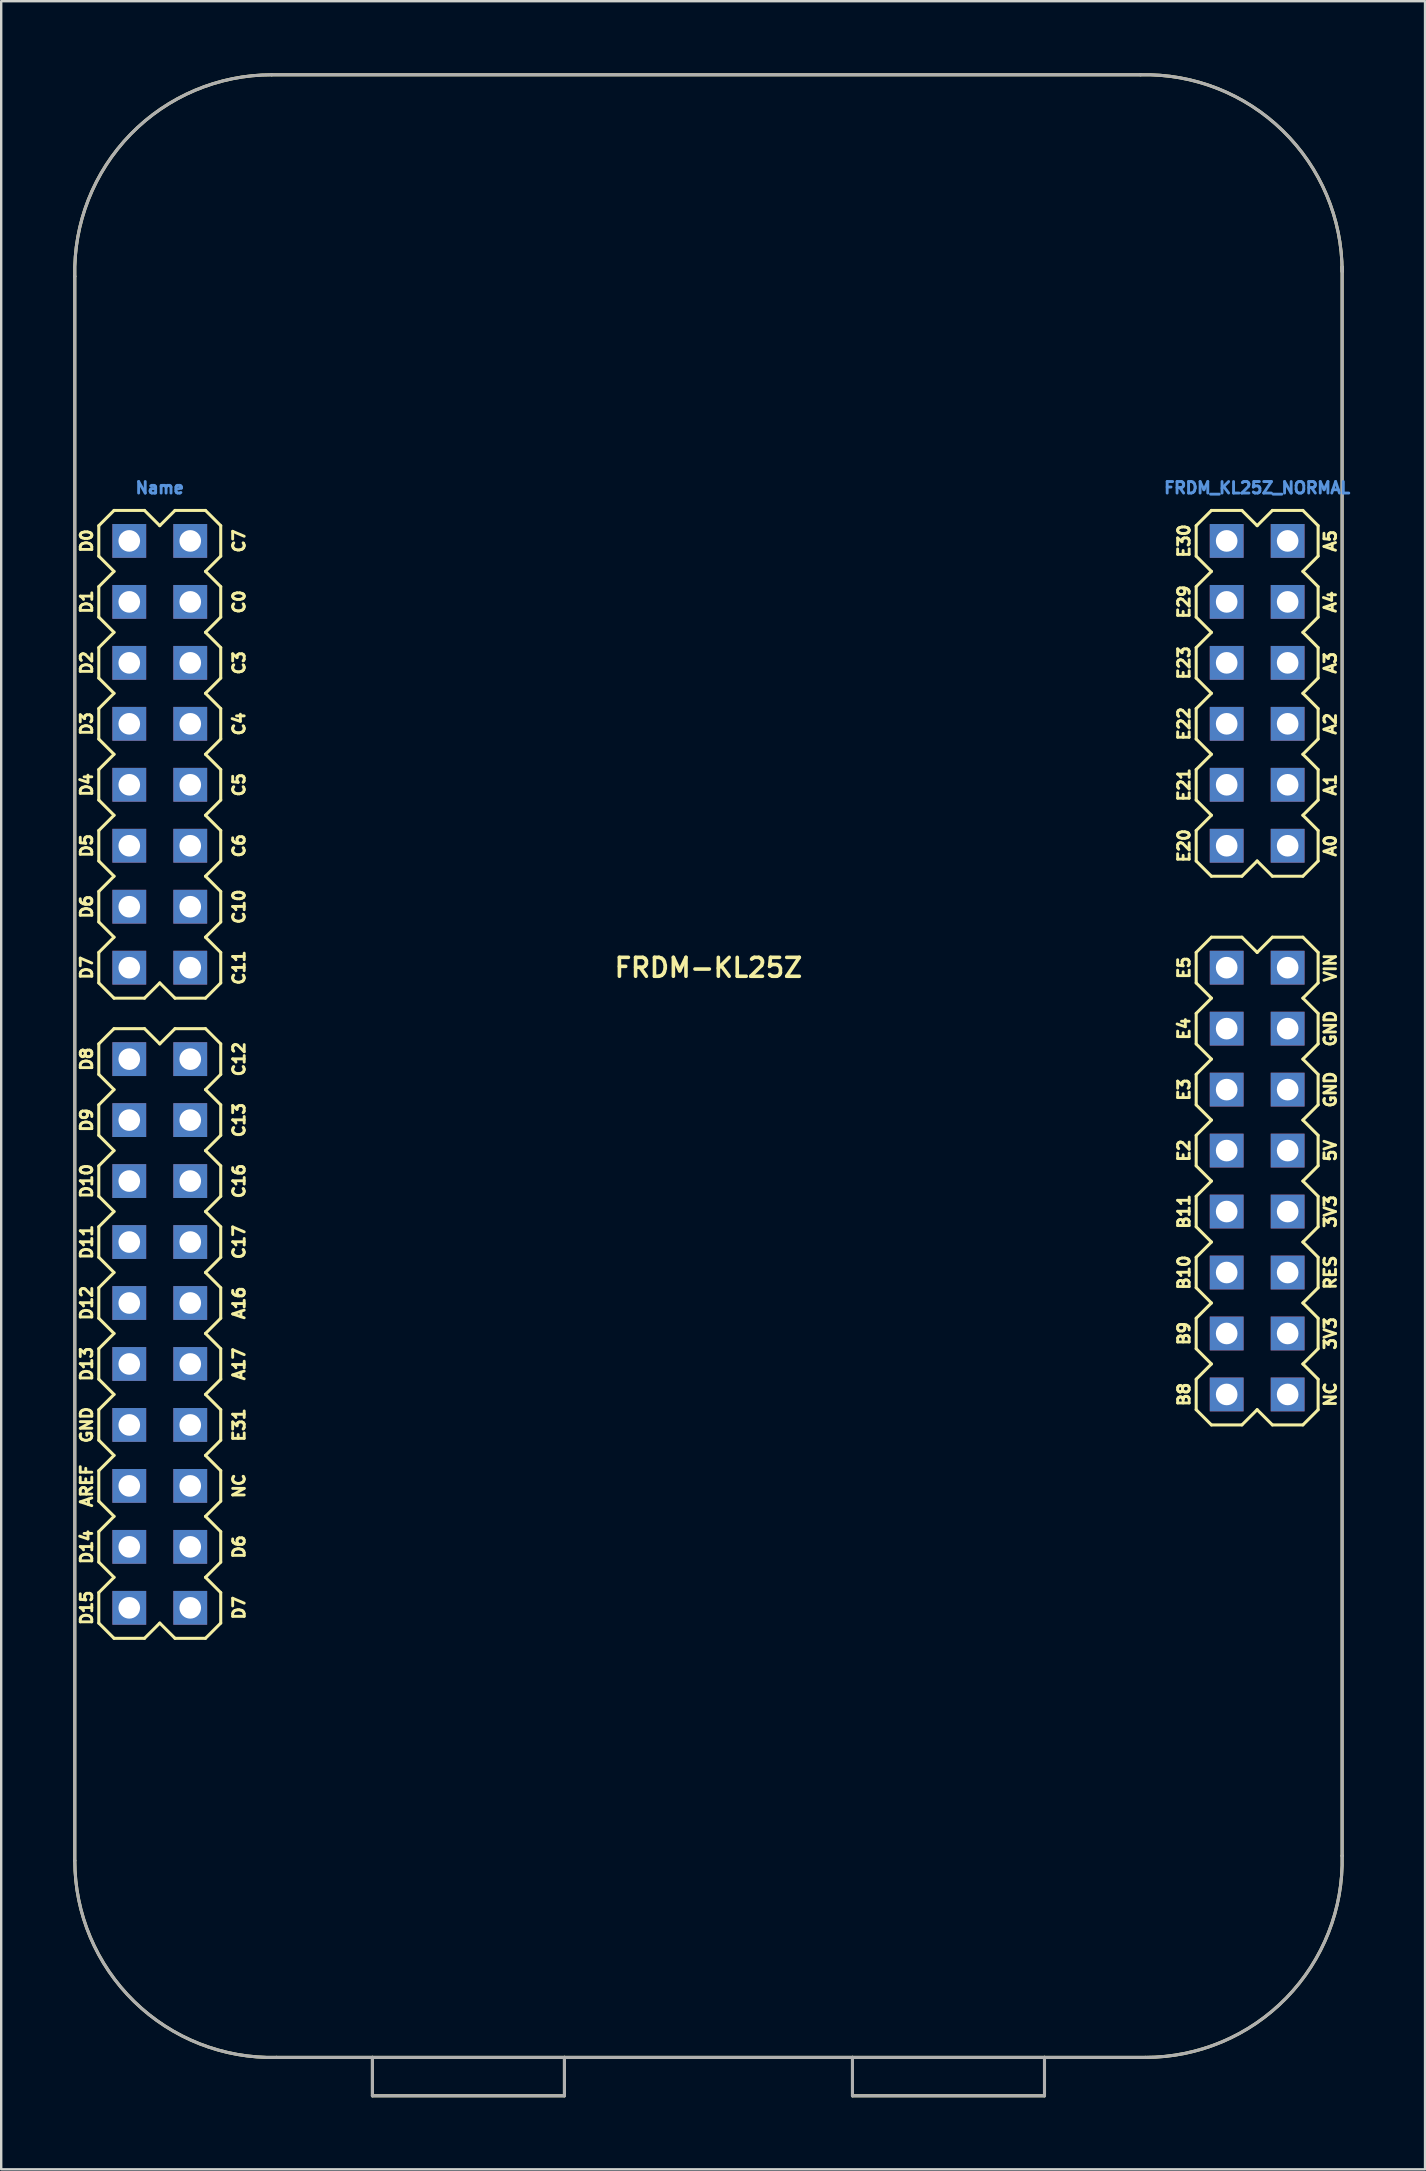
<source format=kicad_pcb>
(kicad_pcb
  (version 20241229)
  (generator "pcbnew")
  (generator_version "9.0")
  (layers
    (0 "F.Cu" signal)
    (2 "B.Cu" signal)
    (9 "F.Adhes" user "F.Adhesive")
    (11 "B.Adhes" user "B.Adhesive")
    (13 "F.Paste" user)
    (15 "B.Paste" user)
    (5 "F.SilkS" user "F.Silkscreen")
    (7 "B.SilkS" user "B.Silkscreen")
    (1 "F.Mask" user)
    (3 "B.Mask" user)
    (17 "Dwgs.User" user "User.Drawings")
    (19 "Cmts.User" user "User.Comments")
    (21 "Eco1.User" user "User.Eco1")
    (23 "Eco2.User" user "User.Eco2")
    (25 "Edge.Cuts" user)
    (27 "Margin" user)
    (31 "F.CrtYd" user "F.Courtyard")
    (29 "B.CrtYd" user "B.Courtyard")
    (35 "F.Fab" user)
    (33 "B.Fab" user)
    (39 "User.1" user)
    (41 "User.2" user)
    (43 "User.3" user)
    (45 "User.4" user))
  (footprint "FRDM_KL25Z_NORMAL"
    (layer "F.Cu")
    (at 26.466 37.266)
    (property "Reference" "FRDM_KL25Z_NORMAL" (at 22.86 -19.99 0) (layer "Cmts.User") (effects (font (size 0.48 0.48) (thickness 0.12))))
    (attr through_hole)
    (fp_line (start -26.4 -28.8) (end -26.4 37.2) (stroke (width 0.127) (type solid)) (layer "F.SilkS"))
    (fp_line (start -25.4 -18.415) (end -25.4 -17.145) (stroke (width 0.127) (type solid)) (layer "F.SilkS"))
    (fp_line (start -25.4 -17.145) (end -24.765 -16.51) (stroke (width 0.127) (type solid)) (layer "F.SilkS"))
    (fp_line (start -25.4 -15.875) (end -25.4 -14.605) (stroke (width 0.127) (type solid)) (layer "F.SilkS"))
    (fp_line (start -25.4 -14.605) (end -24.765 -13.97) (stroke (width 0.127) (type solid)) (layer "F.SilkS"))
    (fp_line (start -25.4 -13.335) (end -25.4 -12.065) (stroke (width 0.127) (type solid)) (layer "F.SilkS"))
    (fp_line (start -25.4 -12.065) (end -24.765 -11.43) (stroke (width 0.127) (type solid)) (layer "F.SilkS"))
    (fp_line (start -25.4 -10.795) (end -25.4 -9.525) (stroke (width 0.127) (type solid)) (layer "F.SilkS"))
    (fp_line (start -25.4 -9.525) (end -24.765 -8.89) (stroke (width 0.127) (type solid)) (layer "F.SilkS"))
    (fp_line (start -25.4 -8.255) (end -25.4 -6.985) (stroke (width 0.127) (type solid)) (layer "F.SilkS"))
    (fp_line (start -25.4 -6.985) (end -24.765 -6.35) (stroke (width 0.127) (type solid)) (layer "F.SilkS"))
    (fp_line (start -25.4 -5.715) (end -25.4 -4.445) (stroke (width 0.127) (type solid)) (layer "F.SilkS"))
    (fp_line (start -25.4 -4.445) (end -24.765 -3.81) (stroke (width 0.127) (type solid)) (layer "F.SilkS"))
    (fp_line (start -25.4 -3.175) (end -25.4 -1.905) (stroke (width 0.127) (type solid)) (layer "F.SilkS"))
    (fp_line (start -25.4 -1.905) (end -24.765 -1.27) (stroke (width 0.127) (type solid)) (layer "F.SilkS"))
    (fp_line (start -25.4 -0.635) (end -25.4 0.635) (stroke (width 0.127) (type solid)) (layer "F.SilkS"))
    (fp_line (start -25.4 0.635) (end -24.765 1.27) (stroke (width 0.127) (type solid)) (layer "F.SilkS"))
    (fp_line (start -25.4 3.175) (end -25.4 4.445) (stroke (width 0.127) (type solid)) (layer "F.SilkS"))
    (fp_line (start -25.4 4.445) (end -24.765 5.08) (stroke (width 0.127) (type solid)) (layer "F.SilkS"))
    (fp_line (start -25.4 5.715) (end -25.4 6.985) (stroke (width 0.127) (type solid)) (layer "F.SilkS"))
    (fp_line (start -25.4 6.985) (end -24.765 7.62) (stroke (width 0.127) (type solid)) (layer "F.SilkS"))
    (fp_line (start -25.4 8.255) (end -25.4 9.525) (stroke (width 0.127) (type solid)) (layer "F.SilkS"))
    (fp_line (start -25.4 9.525) (end -24.765 10.16) (stroke (width 0.127) (type solid)) (layer "F.SilkS"))
    (fp_line (start -25.4 10.795) (end -25.4 12.065) (stroke (width 0.127) (type solid)) (layer "F.SilkS"))
    (fp_line (start -25.4 12.065) (end -24.765 12.7) (stroke (width 0.127) (type solid)) (layer "F.SilkS"))
    (fp_line (start -25.4 13.335) (end -25.4 14.605) (stroke (width 0.127) (type solid)) (layer "F.SilkS"))
    (fp_line (start -25.4 14.605) (end -24.765 15.24) (stroke (width 0.127) (type solid)) (layer "F.SilkS"))
    (fp_line (start -25.4 15.875) (end -25.4 17.145) (stroke (width 0.127) (type solid)) (layer "F.SilkS"))
    (fp_line (start -25.4 17.145) (end -24.765 17.78) (stroke (width 0.127) (type solid)) (layer "F.SilkS"))
    (fp_line (start -25.4 18.415) (end -25.4 19.685) (stroke (width 0.127) (type solid)) (layer "F.SilkS"))
    (fp_line (start -25.4 19.685) (end -24.765 20.32) (stroke (width 0.127) (type solid)) (layer "F.SilkS"))
    (fp_line (start -25.4 20.955) (end -25.4 22.225) (stroke (width 0.127) (type solid)) (layer "F.SilkS"))
    (fp_line (start -25.4 22.225) (end -24.765 22.86) (stroke (width 0.127) (type solid)) (layer "F.SilkS"))
    (fp_line (start -25.4 23.495) (end -25.4 24.765) (stroke (width 0.127) (type solid)) (layer "F.SilkS"))
    (fp_line (start -25.4 24.765) (end -24.765 25.4) (stroke (width 0.127) (type solid)) (layer "F.SilkS"))
    (fp_line (start -25.4 27.305) (end -25.4 26.035) (stroke (width 0.127) (type solid)) (layer "F.SilkS"))
    (fp_line (start -25.4 27.305) (end -24.765 27.94) (stroke (width 0.127) (type solid)) (layer "F.SilkS"))
    (fp_line (start -24.765 -19.05) (end -25.4 -18.415) (stroke (width 0.127) (type solid)) (layer "F.SilkS"))
    (fp_line (start -24.765 -16.51) (end -25.4 -15.875) (stroke (width 0.127) (type solid)) (layer "F.SilkS"))
    (fp_line (start -24.765 -13.97) (end -25.4 -13.335) (stroke (width 0.127) (type solid)) (layer "F.SilkS"))
    (fp_line (start -24.765 -11.43) (end -25.4 -10.795) (stroke (width 0.127) (type solid)) (layer "F.SilkS"))
    (fp_line (start -24.765 -8.89) (end -25.4 -8.255) (stroke (width 0.127) (type solid)) (layer "F.SilkS"))
    (fp_line (start -24.765 -6.35) (end -25.4 -5.715) (stroke (width 0.127) (type solid)) (layer "F.SilkS"))
    (fp_line (start -24.765 -3.81) (end -25.4 -3.175) (stroke (width 0.127) (type solid)) (layer "F.SilkS"))
    (fp_line (start -24.765 -1.27) (end -25.4 -0.635) (stroke (width 0.127) (type solid)) (layer "F.SilkS"))
    (fp_line (start -24.765 1.27) (end -23.495 1.27) (stroke (width 0.127) (type solid)) (layer "F.SilkS"))
    (fp_line (start -24.765 2.54) (end -25.4 3.175) (stroke (width 0.127) (type solid)) (layer "F.SilkS"))
    (fp_line (start -24.765 2.54) (end -23.495 2.54) (stroke (width 0.127) (type solid)) (layer "F.SilkS"))
    (fp_line (start -24.765 5.08) (end -25.4 5.715) (stroke (width 0.127) (type solid)) (layer "F.SilkS"))
    (fp_line (start -24.765 7.62) (end -25.4 8.255) (stroke (width 0.127) (type solid)) (layer "F.SilkS"))
    (fp_line (start -24.765 10.16) (end -25.4 10.795) (stroke (width 0.127) (type solid)) (layer "F.SilkS"))
    (fp_line (start -24.765 12.7) (end -25.4 13.335) (stroke (width 0.127) (type solid)) (layer "F.SilkS"))
    (fp_line (start -24.765 15.24) (end -25.4 15.875) (stroke (width 0.127) (type solid)) (layer "F.SilkS"))
    (fp_line (start -24.765 17.78) (end -25.4 18.415) (stroke (width 0.127) (type solid)) (layer "F.SilkS"))
    (fp_line (start -24.765 20.32) (end -25.4 20.955) (stroke (width 0.127) (type solid)) (layer "F.SilkS"))
    (fp_line (start -24.765 22.86) (end -25.4 23.495) (stroke (width 0.127) (type solid)) (layer "F.SilkS"))
    (fp_line (start -24.765 25.4) (end -25.4 26.035) (stroke (width 0.127) (type solid)) (layer "F.SilkS"))
    (fp_line (start -24.765 27.94) (end -23.495 27.94) (stroke (width 0.127) (type solid)) (layer "F.SilkS"))
    (fp_line (start -23.495 -19.05) (end -24.765 -19.05) (stroke (width 0.127) (type solid)) (layer "F.SilkS"))
    (fp_line (start -23.495 1.27) (end -22.86 0.635) (stroke (width 0.127) (type solid)) (layer "F.SilkS"))
    (fp_line (start -23.495 27.94) (end -22.86 27.305) (stroke (width 0.127) (type solid)) (layer "F.SilkS"))
    (fp_line (start -22.86 -18.415) (end -23.495 -19.05) (stroke (width 0.127) (type solid)) (layer "F.SilkS"))
    (fp_line (start -22.86 0.635) (end -22.225 1.27) (stroke (width 0.127) (type solid)) (layer "F.SilkS"))
    (fp_line (start -22.86 3.175) (end -23.495 2.54) (stroke (width 0.127) (type solid)) (layer "F.SilkS"))
    (fp_line (start -22.86 27.305) (end -22.225 27.94) (stroke (width 0.127) (type solid)) (layer "F.SilkS"))
    (fp_line (start -22.225 -19.05) (end -22.86 -18.415) (stroke (width 0.127) (type solid)) (layer "F.SilkS"))
    (fp_line (start -22.225 1.27) (end -20.955 1.27) (stroke (width 0.127) (type solid)) (layer "F.SilkS"))
    (fp_line (start -22.225 2.54) (end -22.86 3.175) (stroke (width 0.127) (type solid)) (layer "F.SilkS"))
    (fp_line (start -22.225 2.54) (end -20.955 2.54) (stroke (width 0.127) (type solid)) (layer "F.SilkS"))
    (fp_line (start -22.225 27.94) (end -20.955 27.94) (stroke (width 0.127) (type solid)) (layer "F.SilkS"))
    (fp_line (start -20.955 -19.05) (end -22.225 -19.05) (stroke (width 0.127) (type solid)) (layer "F.SilkS"))
    (fp_line (start -20.955 -16.51) (end -20.32 -17.145) (stroke (width 0.127) (type solid)) (layer "F.SilkS"))
    (fp_line (start -20.955 -13.97) (end -20.32 -14.605) (stroke (width 0.127) (type solid)) (layer "F.SilkS"))
    (fp_line (start -20.955 -11.43) (end -20.32 -12.065) (stroke (width 0.127) (type solid)) (layer "F.SilkS"))
    (fp_line (start -20.955 -8.89) (end -20.32 -9.525) (stroke (width 0.127) (type solid)) (layer "F.SilkS"))
    (fp_line (start -20.955 -6.35) (end -20.32 -6.985) (stroke (width 0.127) (type solid)) (layer "F.SilkS"))
    (fp_line (start -20.955 -3.81) (end -20.32 -4.445) (stroke (width 0.127) (type solid)) (layer "F.SilkS"))
    (fp_line (start -20.955 -1.27) (end -20.32 -1.905) (stroke (width 0.127) (type solid)) (layer "F.SilkS"))
    (fp_line (start -20.955 1.27) (end -20.32 0.635) (stroke (width 0.127) (type solid)) (layer "F.SilkS"))
    (fp_line (start -20.955 5.08) (end -20.32 4.445) (stroke (width 0.127) (type solid)) (layer "F.SilkS"))
    (fp_line (start -20.955 7.62) (end -20.32 6.985) (stroke (width 0.127) (type solid)) (layer "F.SilkS"))
    (fp_line (start -20.955 10.16) (end -20.32 9.525) (stroke (width 0.127) (type solid)) (layer "F.SilkS"))
    (fp_line (start -20.955 12.7) (end -20.32 12.065) (stroke (width 0.127) (type solid)) (layer "F.SilkS"))
    (fp_line (start -20.955 15.24) (end -20.32 14.605) (stroke (width 0.127) (type solid)) (layer "F.SilkS"))
    (fp_line (start -20.955 17.78) (end -20.32 17.145) (stroke (width 0.127) (type solid)) (layer "F.SilkS"))
    (fp_line (start -20.955 20.32) (end -20.32 19.685) (stroke (width 0.127) (type solid)) (layer "F.SilkS"))
    (fp_line (start -20.955 22.86) (end -20.32 22.225) (stroke (width 0.127) (type solid)) (layer "F.SilkS"))
    (fp_line (start -20.955 25.4) (end -20.32 24.765) (stroke (width 0.127) (type solid)) (layer "F.SilkS"))
    (fp_line (start -20.955 27.94) (end -20.32 27.305) (stroke (width 0.127) (type solid)) (layer "F.SilkS"))
    (fp_line (start -20.32 -18.415) (end -20.955 -19.05) (stroke (width 0.127) (type solid)) (layer "F.SilkS"))
    (fp_line (start -20.32 -17.145) (end -20.32 -18.415) (stroke (width 0.127) (type solid)) (layer "F.SilkS"))
    (fp_line (start -20.32 -15.875) (end -20.955 -16.51) (stroke (width 0.127) (type solid)) (layer "F.SilkS"))
    (fp_line (start -20.32 -14.605) (end -20.32 -15.875) (stroke (width 0.127) (type solid)) (layer "F.SilkS"))
    (fp_line (start -20.32 -13.335) (end -20.955 -13.97) (stroke (width 0.127) (type solid)) (layer "F.SilkS"))
    (fp_line (start -20.32 -12.065) (end -20.32 -13.335) (stroke (width 0.127) (type solid)) (layer "F.SilkS"))
    (fp_line (start -20.32 -10.795) (end -20.955 -11.43) (stroke (width 0.127) (type solid)) (layer "F.SilkS"))
    (fp_line (start -20.32 -9.525) (end -20.32 -10.795) (stroke (width 0.127) (type solid)) (layer "F.SilkS"))
    (fp_line (start -20.32 -8.255) (end -20.955 -8.89) (stroke (width 0.127) (type solid)) (layer "F.SilkS"))
    (fp_line (start -20.32 -6.985) (end -20.32 -8.255) (stroke (width 0.127) (type solid)) (layer "F.SilkS"))
    (fp_line (start -20.32 -5.715) (end -20.955 -6.35) (stroke (width 0.127) (type solid)) (layer "F.SilkS"))
    (fp_line (start -20.32 -4.445) (end -20.32 -5.715) (stroke (width 0.127) (type solid)) (layer "F.SilkS"))
    (fp_line (start -20.32 -3.175) (end -20.955 -3.81) (stroke (width 0.127) (type solid)) (layer "F.SilkS"))
    (fp_line (start -20.32 -1.905) (end -20.32 -3.175) (stroke (width 0.127) (type solid)) (layer "F.SilkS"))
    (fp_line (start -20.32 -0.635) (end -20.955 -1.27) (stroke (width 0.127) (type solid)) (layer "F.SilkS"))
    (fp_line (start -20.32 0.635) (end -20.32 -0.635) (stroke (width 0.127) (type solid)) (layer "F.SilkS"))
    (fp_line (start -20.32 3.175) (end -20.955 2.54) (stroke (width 0.127) (type solid)) (layer "F.SilkS"))
    (fp_line (start -20.32 4.445) (end -20.32 3.175) (stroke (width 0.127) (type solid)) (layer "F.SilkS"))
    (fp_line (start -20.32 5.715) (end -20.955 5.08) (stroke (width 0.127) (type solid)) (layer "F.SilkS"))
    (fp_line (start -20.32 6.985) (end -20.32 5.715) (stroke (width 0.127) (type solid)) (layer "F.SilkS"))
    (fp_line (start -20.32 8.255) (end -20.955 7.62) (stroke (width 0.127) (type solid)) (layer "F.SilkS"))
    (fp_line (start -20.32 9.525) (end -20.32 8.255) (stroke (width 0.127) (type solid)) (layer "F.SilkS"))
    (fp_line (start -20.32 10.795) (end -20.955 10.16) (stroke (width 0.127) (type solid)) (layer "F.SilkS"))
    (fp_line (start -20.32 12.065) (end -20.32 10.795) (stroke (width 0.127) (type solid)) (layer "F.SilkS"))
    (fp_line (start -20.32 13.335) (end -20.955 12.7) (stroke (width 0.127) (type solid)) (layer "F.SilkS"))
    (fp_line (start -20.32 14.605) (end -20.32 13.335) (stroke (width 0.127) (type solid)) (layer "F.SilkS"))
    (fp_line (start -20.32 15.875) (end -20.955 15.24) (stroke (width 0.127) (type solid)) (layer "F.SilkS"))
    (fp_line (start -20.32 17.145) (end -20.32 15.875) (stroke (width 0.127) (type solid)) (layer "F.SilkS"))
    (fp_line (start -20.32 18.415) (end -20.955 17.78) (stroke (width 0.127) (type solid)) (layer "F.SilkS"))
    (fp_line (start -20.32 19.685) (end -20.32 18.415) (stroke (width 0.127) (type solid)) (layer "F.SilkS"))
    (fp_line (start -20.32 20.955) (end -20.955 20.32) (stroke (width 0.127) (type solid)) (layer "F.SilkS"))
    (fp_line (start -20.32 22.225) (end -20.32 20.955) (stroke (width 0.127) (type solid)) (layer "F.SilkS"))
    (fp_line (start -20.32 23.495) (end -20.955 22.86) (stroke (width 0.127) (type solid)) (layer "F.SilkS"))
    (fp_line (start -20.32 24.765) (end -20.32 23.495) (stroke (width 0.127) (type solid)) (layer "F.SilkS"))
    (fp_line (start -20.32 26.035) (end -20.955 25.4) (stroke (width 0.127) (type solid)) (layer "F.SilkS"))
    (fp_line (start -20.32 27.305) (end -20.32 26.035) (stroke (width 0.127) (type solid)) (layer "F.SilkS"))
    (fp_line (start -14 45.4) (end -18 45.4) (stroke (width 0.127) (type solid)) (layer "F.SilkS"))
    (fp_line (start -14 45.4) (end -14 47) (stroke (width 0.127) (type solid)) (layer "F.SilkS"))
    (fp_line (start -14 47) (end -6 47) (stroke (width 0.127) (type solid)) (layer "F.SilkS"))
    (fp_line (start -6 45.4) (end -14 45.4) (stroke (width 0.127) (type solid)) (layer "F.SilkS"))
    (fp_line (start -6 47) (end -6 45.4) (stroke (width 0.127) (type solid)) (layer "F.SilkS"))
    (fp_line (start 6 45.4) (end -6 45.4) (stroke (width 0.127) (type solid)) (layer "F.SilkS"))
    (fp_line (start 6 47) (end 6 45.4) (stroke (width 0.127) (type solid)) (layer "F.SilkS"))
    (fp_line (start 14 45.4) (end 6 45.4) (stroke (width 0.127) (type solid)) (layer "F.SilkS"))
    (fp_line (start 14 45.4) (end 14 47) (stroke (width 0.127) (type solid)) (layer "F.SilkS"))
    (fp_line (start 14 47) (end 6 47) (stroke (width 0.127) (type solid)) (layer "F.SilkS"))
    (fp_line (start 18 -37.2) (end -18.2 -37.2) (stroke (width 0.127) (type solid)) (layer "F.SilkS"))
    (fp_line (start 18.2 45.4) (end 14 45.4) (stroke (width 0.127) (type solid)) (layer "F.SilkS"))
    (fp_line (start 20.32 -18.415) (end 20.32 -17.145) (stroke (width 0.127) (type solid)) (layer "F.SilkS"))
    (fp_line (start 20.32 -17.145) (end 20.955 -16.51) (stroke (width 0.127) (type solid)) (layer "F.SilkS"))
    (fp_line (start 20.32 -15.875) (end 20.32 -14.605) (stroke (width 0.127) (type solid)) (layer "F.SilkS"))
    (fp_line (start 20.32 -14.605) (end 20.955 -13.97) (stroke (width 0.127) (type solid)) (layer "F.SilkS"))
    (fp_line (start 20.32 -13.335) (end 20.32 -12.065) (stroke (width 0.127) (type solid)) (layer "F.SilkS"))
    (fp_line (start 20.32 -12.065) (end 20.955 -11.43) (stroke (width 0.127) (type solid)) (layer "F.SilkS"))
    (fp_line (start 20.32 -10.795) (end 20.32 -9.525) (stroke (width 0.127) (type solid)) (layer "F.SilkS"))
    (fp_line (start 20.32 -9.525) (end 20.955 -8.89) (stroke (width 0.127) (type solid)) (layer "F.SilkS"))
    (fp_line (start 20.32 -8.255) (end 20.32 -6.985) (stroke (width 0.127) (type solid)) (layer "F.SilkS"))
    (fp_line (start 20.32 -6.985) (end 20.955 -6.35) (stroke (width 0.127) (type solid)) (layer "F.SilkS"))
    (fp_line (start 20.32 -5.715) (end 20.32 -4.445) (stroke (width 0.127) (type solid)) (layer "F.SilkS"))
    (fp_line (start 20.32 -4.445) (end 20.955 -3.81) (stroke (width 0.127) (type solid)) (layer "F.SilkS"))
    (fp_line (start 20.32 -0.635) (end 20.32 0.635) (stroke (width 0.127) (type solid)) (layer "F.SilkS"))
    (fp_line (start 20.32 0.635) (end 20.955 1.27) (stroke (width 0.127) (type solid)) (layer "F.SilkS"))
    (fp_line (start 20.32 1.905) (end 20.32 3.175) (stroke (width 0.127) (type solid)) (layer "F.SilkS"))
    (fp_line (start 20.32 3.175) (end 20.955 3.81) (stroke (width 0.127) (type solid)) (layer "F.SilkS"))
    (fp_line (start 20.32 4.445) (end 20.32 5.715) (stroke (width 0.127) (type solid)) (layer "F.SilkS"))
    (fp_line (start 20.32 5.715) (end 20.955 6.35) (stroke (width 0.127) (type solid)) (layer "F.SilkS"))
    (fp_line (start 20.32 6.985) (end 20.32 8.255) (stroke (width 0.127) (type solid)) (layer "F.SilkS"))
    (fp_line (start 20.32 8.255) (end 20.955 8.89) (stroke (width 0.127) (type solid)) (layer "F.SilkS"))
    (fp_line (start 20.32 9.525) (end 20.32 10.795) (stroke (width 0.127) (type solid)) (layer "F.SilkS"))
    (fp_line (start 20.32 10.795) (end 20.955 11.43) (stroke (width 0.127) (type solid)) (layer "F.SilkS"))
    (fp_line (start 20.32 12.065) (end 20.32 13.335) (stroke (width 0.127) (type solid)) (layer "F.SilkS"))
    (fp_line (start 20.32 13.335) (end 20.955 13.97) (stroke (width 0.127) (type solid)) (layer "F.SilkS"))
    (fp_line (start 20.32 14.605) (end 20.32 15.875) (stroke (width 0.127) (type solid)) (layer "F.SilkS"))
    (fp_line (start 20.32 15.875) (end 20.955 16.51) (stroke (width 0.127) (type solid)) (layer "F.SilkS"))
    (fp_line (start 20.32 18.415) (end 20.32 17.145) (stroke (width 0.127) (type solid)) (layer "F.SilkS"))
    (fp_line (start 20.32 18.415) (end 20.955 19.05) (stroke (width 0.127) (type solid)) (layer "F.SilkS"))
    (fp_line (start 20.955 -19.05) (end 20.32 -18.415) (stroke (width 0.127) (type solid)) (layer "F.SilkS"))
    (fp_line (start 20.955 -16.51) (end 20.32 -15.875) (stroke (width 0.127) (type solid)) (layer "F.SilkS"))
    (fp_line (start 20.955 -13.97) (end 20.32 -13.335) (stroke (width 0.127) (type solid)) (layer "F.SilkS"))
    (fp_line (start 20.955 -11.43) (end 20.32 -10.795) (stroke (width 0.127) (type solid)) (layer "F.SilkS"))
    (fp_line (start 20.955 -8.89) (end 20.32 -8.255) (stroke (width 0.127) (type solid)) (layer "F.SilkS"))
    (fp_line (start 20.955 -6.35) (end 20.32 -5.715) (stroke (width 0.127) (type solid)) (layer "F.SilkS"))
    (fp_line (start 20.955 -3.81) (end 22.225 -3.81) (stroke (width 0.127) (type solid)) (layer "F.SilkS"))
    (fp_line (start 20.955 -1.27) (end 20.32 -0.635) (stroke (width 0.127) (type solid)) (layer "F.SilkS"))
    (fp_line (start 20.955 -1.27) (end 22.225 -1.27) (stroke (width 0.127) (type solid)) (layer "F.SilkS"))
    (fp_line (start 20.955 1.27) (end 20.32 1.905) (stroke (width 0.127) (type solid)) (layer "F.SilkS"))
    (fp_line (start 20.955 3.81) (end 20.32 4.445) (stroke (width 0.127) (type solid)) (layer "F.SilkS"))
    (fp_line (start 20.955 6.35) (end 20.32 6.985) (stroke (width 0.127) (type solid)) (layer "F.SilkS"))
    (fp_line (start 20.955 8.89) (end 20.32 9.525) (stroke (width 0.127) (type solid)) (layer "F.SilkS"))
    (fp_line (start 20.955 11.43) (end 20.32 12.065) (stroke (width 0.127) (type solid)) (layer "F.SilkS"))
    (fp_line (start 20.955 13.97) (end 20.32 14.605) (stroke (width 0.127) (type solid)) (layer "F.SilkS"))
    (fp_line (start 20.955 16.51) (end 20.32 17.145) (stroke (width 0.127) (type solid)) (layer "F.SilkS"))
    (fp_line (start 20.955 19.05) (end 22.225 19.05) (stroke (width 0.127) (type solid)) (layer "F.SilkS"))
    (fp_line (start 22.225 -19.05) (end 20.955 -19.05) (stroke (width 0.127) (type solid)) (layer "F.SilkS"))
    (fp_line (start 22.225 -3.81) (end 22.86 -4.445) (stroke (width 0.127) (type solid)) (layer "F.SilkS"))
    (fp_line (start 22.225 19.05) (end 22.86 18.415) (stroke (width 0.127) (type solid)) (layer "F.SilkS"))
    (fp_line (start 22.86 -18.415) (end 22.225 -19.05) (stroke (width 0.127) (type solid)) (layer "F.SilkS"))
    (fp_line (start 22.86 -4.445) (end 23.495 -3.81) (stroke (width 0.127) (type solid)) (layer "F.SilkS"))
    (fp_line (start 22.86 -0.635) (end 22.225 -1.27) (stroke (width 0.127) (type solid)) (layer "F.SilkS"))
    (fp_line (start 22.86 18.415) (end 23.495 19.05) (stroke (width 0.127) (type solid)) (layer "F.SilkS"))
    (fp_line (start 23.495 -19.05) (end 22.86 -18.415) (stroke (width 0.127) (type solid)) (layer "F.SilkS"))
    (fp_line (start 23.495 -1.27) (end 22.86 -0.635) (stroke (width 0.127) (type solid)) (layer "F.SilkS"))
    (fp_line (start 23.495 -1.27) (end 24.765 -1.27) (stroke (width 0.127) (type solid)) (layer "F.SilkS"))
    (fp_line (start 23.495 19.05) (end 24.765 19.05) (stroke (width 0.127) (type solid)) (layer "F.SilkS"))
    (fp_line (start 24.765 -19.05) (end 23.495 -19.05) (stroke (width 0.127) (type solid)) (layer "F.SilkS"))
    (fp_line (start 24.765 -19.05) (end 25.4 -18.415) (stroke (width 0.127) (type solid)) (layer "F.SilkS"))
    (fp_line (start 24.765 -16.51) (end 25.4 -15.875) (stroke (width 0.127) (type solid)) (layer "F.SilkS"))
    (fp_line (start 24.765 -13.97) (end 25.4 -13.335) (stroke (width 0.127) (type solid)) (layer "F.SilkS"))
    (fp_line (start 24.765 -11.43) (end 25.4 -10.795) (stroke (width 0.127) (type solid)) (layer "F.SilkS"))
    (fp_line (start 24.765 -8.89) (end 25.4 -8.255) (stroke (width 0.127) (type solid)) (layer "F.SilkS"))
    (fp_line (start 24.765 -6.35) (end 25.4 -5.715) (stroke (width 0.127) (type solid)) (layer "F.SilkS"))
    (fp_line (start 24.765 -3.81) (end 23.495 -3.81) (stroke (width 0.127) (type solid)) (layer "F.SilkS"))
    (fp_line (start 24.765 1.27) (end 25.4 0.635) (stroke (width 0.127) (type solid)) (layer "F.SilkS"))
    (fp_line (start 24.765 3.81) (end 25.4 3.175) (stroke (width 0.127) (type solid)) (layer "F.SilkS"))
    (fp_line (start 24.765 6.35) (end 25.4 5.715) (stroke (width 0.127) (type solid)) (layer "F.SilkS"))
    (fp_line (start 24.765 8.89) (end 25.4 8.255) (stroke (width 0.127) (type solid)) (layer "F.SilkS"))
    (fp_line (start 24.765 11.43) (end 25.4 10.795) (stroke (width 0.127) (type solid)) (layer "F.SilkS"))
    (fp_line (start 24.765 13.97) (end 25.4 13.335) (stroke (width 0.127) (type solid)) (layer "F.SilkS"))
    (fp_line (start 24.765 16.51) (end 25.4 15.875) (stroke (width 0.127) (type solid)) (layer "F.SilkS"))
    (fp_line (start 24.765 19.05) (end 25.4 18.415) (stroke (width 0.127) (type solid)) (layer "F.SilkS"))
    (fp_line (start 25.4 -18.415) (end 25.4 -17.145) (stroke (width 0.127) (type solid)) (layer "F.SilkS"))
    (fp_line (start 25.4 -17.145) (end 24.765 -16.51) (stroke (width 0.127) (type solid)) (layer "F.SilkS"))
    (fp_line (start 25.4 -15.875) (end 25.4 -14.605) (stroke (width 0.127) (type solid)) (layer "F.SilkS"))
    (fp_line (start 25.4 -14.605) (end 24.765 -13.97) (stroke (width 0.127) (type solid)) (layer "F.SilkS"))
    (fp_line (start 25.4 -13.335) (end 25.4 -12.065) (stroke (width 0.127) (type solid)) (layer "F.SilkS"))
    (fp_line (start 25.4 -12.065) (end 24.765 -11.43) (stroke (width 0.127) (type solid)) (layer "F.SilkS"))
    (fp_line (start 25.4 -10.795) (end 25.4 -9.525) (stroke (width 0.127) (type solid)) (layer "F.SilkS"))
    (fp_line (start 25.4 -9.525) (end 24.765 -8.89) (stroke (width 0.127) (type solid)) (layer "F.SilkS"))
    (fp_line (start 25.4 -8.255) (end 25.4 -6.985) (stroke (width 0.127) (type solid)) (layer "F.SilkS"))
    (fp_line (start 25.4 -6.985) (end 24.765 -6.35) (stroke (width 0.127) (type solid)) (layer "F.SilkS"))
    (fp_line (start 25.4 -5.715) (end 25.4 -4.445) (stroke (width 0.127) (type solid)) (layer "F.SilkS"))
    (fp_line (start 25.4 -4.445) (end 24.765 -3.81) (stroke (width 0.127) (type solid)) (layer "F.SilkS"))
    (fp_line (start 25.4 -0.635) (end 24.765 -1.27) (stroke (width 0.127) (type solid)) (layer "F.SilkS"))
    (fp_line (start 25.4 0.635) (end 25.4 -0.635) (stroke (width 0.127) (type solid)) (layer "F.SilkS"))
    (fp_line (start 25.4 1.905) (end 24.765 1.27) (stroke (width 0.127) (type solid)) (layer "F.SilkS"))
    (fp_line (start 25.4 3.175) (end 25.4 1.905) (stroke (width 0.127) (type solid)) (layer "F.SilkS"))
    (fp_line (start 25.4 4.445) (end 24.765 3.81) (stroke (width 0.127) (type solid)) (layer "F.SilkS"))
    (fp_line (start 25.4 5.715) (end 25.4 4.445) (stroke (width 0.127) (type solid)) (layer "F.SilkS"))
    (fp_line (start 25.4 6.985) (end 24.765 6.35) (stroke (width 0.127) (type solid)) (layer "F.SilkS"))
    (fp_line (start 25.4 8.255) (end 25.4 6.985) (stroke (width 0.127) (type solid)) (layer "F.SilkS"))
    (fp_line (start 25.4 9.525) (end 24.765 8.89) (stroke (width 0.127) (type solid)) (layer "F.SilkS"))
    (fp_line (start 25.4 10.795) (end 25.4 9.525) (stroke (width 0.127) (type solid)) (layer "F.SilkS"))
    (fp_line (start 25.4 12.065) (end 24.765 11.43) (stroke (width 0.127) (type solid)) (layer "F.SilkS"))
    (fp_line (start 25.4 12.065) (end 25.4 13.335) (stroke (width 0.127) (type solid)) (layer "F.SilkS"))
    (fp_line (start 25.4 14.605) (end 24.765 13.97) (stroke (width 0.127) (type solid)) (layer "F.SilkS"))
    (fp_line (start 25.4 15.875) (end 25.4 14.605) (stroke (width 0.127) (type solid)) (layer "F.SilkS"))
    (fp_line (start 25.4 17.145) (end 24.765 16.51) (stroke (width 0.127) (type solid)) (layer "F.SilkS"))
    (fp_line (start 25.4 18.415) (end 25.4 17.145) (stroke (width 0.127) (type solid)) (layer "F.SilkS"))
    (fp_line (start 26.4 -29.2) (end 26.4 37) (stroke (width 0.127) (type solid)) (layer "F.SilkS"))
    (fp_arc (start -26.4 -28.8) (mid -24.069771 -34.727634) (end -18.2 -37.2) (stroke (width 0.127) (type solid)) (layer "F.SilkS"))
    (fp_arc (start -18 45.4) (mid -23.927634 43.069771) (end -26.4 37.2) (stroke (width 0.127) (type solid)) (layer "F.SilkS"))
    (fp_arc (start 18 -37.2) (mid 23.927634 -34.869771) (end 26.4 -29) (stroke (width 0.127) (type solid)) (layer "F.SilkS"))
    (fp_arc (start 26.4 37) (mid 24.069771 42.927634) (end 18.2 45.4) (stroke (width 0.127) (type solid)) (layer "F.SilkS"))
    (fp_line (start -26.4 -28.8) (end -26.4 37.2) (stroke (width 0.127) (type solid)) (layer "F.Fab"))
    (fp_line (start -14 45.4) (end -18 45.4) (stroke (width 0.127) (type solid)) (layer "F.Fab"))
    (fp_line (start -14 45.4) (end -14 47) (stroke (width 0.127) (type solid)) (layer "F.Fab"))
    (fp_line (start -14 47) (end -6 47) (stroke (width 0.127) (type solid)) (layer "F.Fab"))
    (fp_line (start -6 45.4) (end -14 45.4) (stroke (width 0.127) (type solid)) (layer "F.Fab"))
    (fp_line (start -6 47) (end -6 45.4) (stroke (width 0.127) (type solid)) (layer "F.Fab"))
    (fp_line (start 6 45.4) (end -6 45.4) (stroke (width 0.127) (type solid)) (layer "F.Fab"))
    (fp_line (start 6 47) (end 6 45.4) (stroke (width 0.127) (type solid)) (layer "F.Fab"))
    (fp_line (start 14 45.4) (end 6 45.4) (stroke (width 0.127) (type solid)) (layer "F.Fab"))
    (fp_line (start 14 45.4) (end 14 47) (stroke (width 0.127) (type solid)) (layer "F.Fab"))
    (fp_line (start 14 47) (end 6 47) (stroke (width 0.127) (type solid)) (layer "F.Fab"))
    (fp_line (start 18 -37.2) (end -18.2 -37.2) (stroke (width 0.127) (type solid)) (layer "F.Fab"))
    (fp_line (start 18.2 45.4) (end 14 45.4) (stroke (width 0.127) (type solid)) (layer "F.Fab"))
    (fp_line (start 26.4 -29.2) (end 26.4 37) (stroke (width 0.127) (type solid)) (layer "F.Fab"))
    (fp_arc (start -26.4 -28.8) (mid -24.069771 -34.727633) (end -18.2 -37.2) (stroke (width 0.127) (type solid)) (layer "F.Fab"))
    (fp_arc (start -18 45.4) (mid -23.927635 43.069771) (end -26.4 37.2) (stroke (width 0.127) (type solid)) (layer "F.Fab"))
    (fp_arc (start 18 -37.2) (mid 23.927634 -34.869771) (end 26.4 -29) (stroke (width 0.127) (type solid)) (layer "F.Fab"))
    (fp_arc (start 26.4 37) (mid 24.069773 42.927637) (end 18.2 45.4) (stroke (width 0.127) (type solid)) (layer "F.Fab"))
    (fp_text user "C17" (at -19.558 11.43 90) (layer "F.SilkS") (effects (font (size 0.48 0.48) (thickness 0.15))))
    (fp_text user "D7" (at -25.908 0 90) (layer "F.SilkS") (effects (font (size 0.48 0.48) (thickness 0.15))))
    (fp_text user "GND" (at -25.908 19.05 90) (layer "F.SilkS") (effects (font (size 0.48 0.48) (thickness 0.15))))
    (fp_text user "AREF" (at -25.908 21.59 90) (layer "F.SilkS") (effects (font (size 0.48 0.48) (thickness 0.15))))
    (fp_text user "D2" (at -25.908 -12.7 90) (layer "F.SilkS") (effects (font (size 0.48 0.48) (thickness 0.12))))
    (fp_text user "A2" (at 25.908 -10.16 90) (layer "F.SilkS") (effects (font (size 0.48 0.48) (thickness 0.15))))
    (fp_text user "FRDM-KL25Z" (at 0 0 0) (layer "F.SilkS") (effects (font (size 0.787 0.787) (thickness 0.15))))
    (fp_text user "B9" (at 19.812 15.24 90) (layer "F.SilkS") (effects (font (size 0.48 0.48) (thickness 0.15))))
    (fp_text user "D12" (at -25.908 13.97 90) (layer "F.SilkS") (effects (font (size 0.48 0.48) (thickness 0.15))))
    (fp_text user "D4" (at -25.908 -7.62 90) (layer "F.SilkS") (effects (font (size 0.48 0.48) (thickness 0.15))))
    (fp_text user "D15" (at -25.908 26.67 90) (layer "F.SilkS") (effects (font (size 0.48 0.48) (thickness 0.15))))
    (fp_text user "C10" (at -19.558 -2.54 90) (layer "F.SilkS") (effects (font (size 0.48 0.48) (thickness 0.15))))
    (fp_text user "E29" (at 19.812 -15.24 90) (layer "F.SilkS") (effects (font (size 0.48 0.48) (thickness 0.15))))
    (fp_text user "C6" (at -19.558 -5.08 90) (layer "F.SilkS") (effects (font (size 0.48 0.48) (thickness 0.15))))
    (fp_text user "D1" (at -25.908 -15.24 90) (layer "F.SilkS") (effects (font (size 0.48 0.48) (thickness 0.15))))
    (fp_text user "C13" (at -19.558 6.35 90) (layer "F.SilkS") (effects (font (size 0.48 0.48) (thickness 0.15))))
    (fp_text user "C16" (at -19.558 8.89 90) (layer "F.SilkS") (effects (font (size 0.48 0.48) (thickness 0.15))))
    (fp_text user "GND" (at 25.908 2.54 90) (layer "F.SilkS") (effects (font (size 0.48 0.48) (thickness 0.15))))
    (fp_text user "C4" (at -19.558 -10.16 90) (layer "F.SilkS") (effects (font (size 0.48 0.48) (thickness 0.15))))
    (fp_text user "D10" (at -25.908 8.89 90) (layer "F.SilkS") (effects (font (size 0.48 0.48) (thickness 0.12))))
    (fp_text user "D13" (at -25.908 16.51 90) (layer "F.SilkS") (effects (font (size 0.48 0.48) (thickness 0.15))))
    (fp_text user "D0" (at -25.908 -17.78 90) (layer "F.SilkS") (effects (font (size 0.48 0.48) (thickness 0.15))))
    (fp_text user "D11" (at -25.908 11.43 90) (layer "F.SilkS") (effects (font (size 0.48 0.48) (thickness 0.15))))
    (fp_text user "A4" (at 25.908 -15.24 90) (layer "F.SilkS") (effects (font (size 0.48 0.48) (thickness 0.15))))
    (fp_text user "E20" (at 19.812 -5.08 90) (layer "F.SilkS") (effects (font (size 0.48 0.48) (thickness 0.15))))
    (fp_text user "E22" (at 19.812 -10.16 90) (layer "F.SilkS") (effects (font (size 0.48 0.48) (thickness 0.15))))
    (fp_text user "D9" (at -25.908 6.35 90) (layer "F.SilkS") (effects (font (size 0.48 0.48) (thickness 0.15))))
    (fp_text user "C3" (at -19.558 -12.7 90) (layer "F.SilkS") (effects (font (size 0.48 0.48) (thickness 0.15))))
    (fp_text user "GND" (at 25.908 5.08 90) (layer "F.SilkS") (effects (font (size 0.48 0.48) (thickness 0.15))))
    (fp_text user "A1" (at 25.908 -7.62 90) (layer "F.SilkS") (effects (font (size 0.48 0.48) (thickness 0.15))))
    (fp_text user "E30" (at 19.812 -17.78 270) (layer "F.SilkS") (effects (font (size 0.48 0.48) (thickness 0.15))))
    (fp_text user "NC" (at 25.908 17.78 90) (layer "F.SilkS") (effects (font (size 0.48 0.48) (thickness 0.15))))
    (fp_text user "E23" (at 19.812 -12.7 90) (layer "F.SilkS") (effects (font (size 0.48 0.48) (thickness 0.15))))
    (fp_text user "C5" (at -19.558 -7.62 90) (layer "F.SilkS") (effects (font (size 0.48 0.48) (thickness 0.15))))
    (fp_text user "A17" (at -19.558 16.51 90) (layer "F.SilkS") (effects (font (size 0.48 0.48) (thickness 0.15))))
    (fp_text user "D8" (at -25.908 3.81 90) (layer "F.SilkS") (effects (font (size 0.48 0.48) (thickness 0.15))))
    (fp_text user "NC" (at -19.558 21.59 90) (layer "F.SilkS") (effects (font (size 0.48 0.48) (thickness 0.15))))
    (fp_text user "3V3" (at 25.908 15.24 90) (layer "F.SilkS") (effects (font (size 0.48 0.48) (thickness 0.15))))
    (fp_text user "D6" (at -19.558 24.13 90) (layer "F.SilkS") (effects (font (size 0.48 0.48) (thickness 0.15))))
    (fp_text user "C7" (at -19.558 -17.78 90) (layer "F.SilkS") (effects (font (size 0.48 0.48) (thickness 0.15))))
    (fp_text user "D14" (at -25.908 24.13 90) (layer "F.SilkS") (effects (font (size 0.48 0.48) (thickness 0.15))))
    (fp_text user "E4" (at 19.812 2.54 90) (layer "F.SilkS") (effects (font (size 0.48 0.48) (thickness 0.15))))
    (fp_text user "D5" (at -25.908 -5.08 90) (layer "F.SilkS") (effects (font (size 0.48 0.48) (thickness 0.15))))
    (fp_text user "C0" (at -19.558 -15.24 90) (layer "F.SilkS") (effects (font (size 0.48 0.48) (thickness 0.15))))
    (fp_text user "E5" (at 19.812 0 90) (layer "F.SilkS") (effects (font (size 0.48 0.48) (thickness 0.15))))
    (fp_text user "3V3" (at 25.908 10.16 90) (layer "F.SilkS") (effects (font (size 0.48 0.48) (thickness 0.15))))
    (fp_text user "B11" (at 19.812 10.16 90) (layer "F.SilkS") (effects (font (size 0.48 0.48) (thickness 0.15))))
    (fp_text user "B10" (at 19.812 12.7 90) (layer "F.SilkS") (effects (font (size 0.48 0.48) (thickness 0.15))))
    (fp_text user "C12" (at -19.558 3.81 90) (layer "F.SilkS") (effects (font (size 0.48 0.48) (thickness 0.15))))
    (fp_text user "5V" (at 25.908 7.62 90) (layer "F.SilkS") (effects (font (size 0.48 0.48) (thickness 0.15))))
    (fp_text user "RES" (at 25.908 12.7 90) (layer "F.SilkS") (effects (font (size 0.48 0.48) (thickness 0.15))))
    (fp_text user "VIN" (at 25.908 0 90) (layer "F.SilkS") (effects (font (size 0.48 0.48) (thickness 0.15))))
    (fp_text user "C11" (at -19.558 0 90) (layer "F.SilkS") (effects (font (size 0.48 0.48) (thickness 0.15))))
    (fp_text user "E21" (at 19.812 -7.62 90) (layer "F.SilkS") (effects (font (size 0.48 0.48) (thickness 0.15))))
    (fp_text user "A16" (at -19.558 13.97 90) (layer "F.SilkS") (effects (font (size 0.48 0.48) (thickness 0.15))))
    (fp_text user "B8" (at 19.812 17.78 90) (layer "F.SilkS") (effects (font (size 0.48 0.48) (thickness 0.15))))
    (fp_text user "E31" (at -19.558 19.05 90) (layer "F.SilkS") (effects (font (size 0.48 0.48) (thickness 0.15))))
    (fp_text user "A3" (at 25.908 -12.7 90) (layer "F.SilkS") (effects (font (size 0.48 0.48) (thickness 0.15))))
    (fp_text user "A0" (at 25.908 -5.08 90) (layer "F.SilkS") (effects (font (size 0.48 0.48) (thickness 0.15))))
    (fp_text user "D7" (at -19.558 26.67 90) (layer "F.SilkS") (effects (font (size 0.48 0.48) (thickness 0.15))))
    (fp_text user "E3" (at 19.812 5.08 90) (layer "F.SilkS") (effects (font (size 0.48 0.48) (thickness 0.15))))
    (fp_text user "D6" (at -25.908 -2.54 90) (layer "F.SilkS") (effects (font (size 0.48 0.48) (thickness 0.15))))
    (fp_text user "D3" (at -25.908 -10.16 90) (layer "F.SilkS") (effects (font (size 0.48 0.48) (thickness 0.15))))
    (fp_text user "E2" (at 19.812 7.62 90) (layer "F.SilkS") (effects (font (size 0.48 0.48) (thickness 0.15))))
    (fp_text user "A5" (at 25.908 -17.78 90) (layer "F.SilkS") (effects (font (size 0.48 0.48) (thickness 0.15))))
    (fp_text user "Name" (at -22.86 -19.99 0) (layer "Cmts.User") (effects (font (size 0.48 0.48) (thickness 0.12))))
    (pad "3V3" thru_hole rect (at 24.13 15.24) (size 1.408 1.408) (drill 0.9) (layers "*.Cu" "*.Mask"))
    (pad "5V" thru_hole rect (at 24.13 7.62) (size 1.408 1.408) (drill 0.9) (layers "*.Cu" "*.Mask"))
    (pad "A0" thru_hole rect (at 24.13 -5.08) (size 1.408 1.408) (drill 0.9) (layers "*.Cu" "*.Mask"))
    (pad "A1" thru_hole rect (at 24.13 -7.62) (size 1.408 1.408) (drill 0.9) (layers "*.Cu" "*.Mask"))
    (pad "A2" thru_hole rect (at 24.13 -10.16) (size 1.408 1.408) (drill 0.9) (layers "*.Cu" "*.Mask"))
    (pad "A3" thru_hole rect (at 24.13 -12.7) (size 1.408 1.408) (drill 0.9) (layers "*.Cu" "*.Mask"))
    (pad "A4" thru_hole rect (at 24.13 -15.24) (size 1.408 1.408) (drill 0.9) (layers "*.Cu" "*.Mask"))
    (pad "A5" thru_hole rect (at 24.13 -17.78) (size 1.408 1.408) (drill 0.9) (layers "*.Cu" "*.Mask"))
    (pad "AREF" thru_hole rect (at -24.13 21.59) (size 1.408 1.408) (drill 0.9) (layers "*.Cu" "*.Mask"))
    (pad "D0" thru_hole rect (at -24.13 -17.78) (size 1.408 1.408) (drill 0.9) (layers "*.Cu" "*.Mask"))
    (pad "D1" thru_hole rect (at -24.13 -15.24) (size 1.408 1.408) (drill 0.9) (layers "*.Cu" "*.Mask"))
    (pad "D2" thru_hole rect (at -24.13 -12.7) (size 1.408 1.408) (drill 0.9) (layers "*.Cu" "*.Mask"))
    (pad "D3" thru_hole rect (at -24.13 -10.16) (size 1.408 1.408) (drill 0.9) (layers "*.Cu" "*.Mask"))
    (pad "D4" thru_hole rect (at -24.13 -7.62) (size 1.408 1.408) (drill 0.9) (layers "*.Cu" "*.Mask"))
    (pad "D5" thru_hole rect (at -24.13 -5.08) (size 1.408 1.408) (drill 0.9) (layers "*.Cu" "*.Mask"))
    (pad "D6" thru_hole rect (at -24.13 -2.54) (size 1.408 1.408) (drill 0.9) (layers "*.Cu" "*.Mask"))
    (pad "D7" thru_hole rect (at -24.13 0) (size 1.408 1.408) (drill 0.9) (layers "*.Cu" "*.Mask"))
    (pad "D8" thru_hole rect (at -24.13 3.81) (size 1.408 1.408) (drill 0.9) (layers "*.Cu" "*.Mask"))
    (pad "D9" thru_hole rect (at -24.13 6.35) (size 1.408 1.408) (drill 0.9) (layers "*.Cu" "*.Mask"))
    (pad "D10" thru_hole rect (at -24.13 8.89) (size 1.408 1.408) (drill 0.9) (layers "*.Cu" "*.Mask"))
    (pad "D11" thru_hole rect (at -24.13 11.43) (size 1.408 1.408) (drill 0.9) (layers "*.Cu" "*.Mask"))
    (pad "D12" thru_hole rect (at -24.13 13.97) (size 1.408 1.408) (drill 0.9) (layers "*.Cu" "*.Mask"))
    (pad "D13" thru_hole rect (at -24.13 16.51) (size 1.408 1.408) (drill 0.9) (layers "*.Cu" "*.Mask"))
    (pad "D14" thru_hole rect (at -24.13 24.13) (size 1.408 1.408) (drill 0.9) (layers "*.Cu" "*.Mask"))
    (pad "D15" thru_hole rect (at -24.13 26.67) (size 1.408 1.408) (drill 0.9) (layers "*.Cu" "*.Mask"))
    (pad "GND0" thru_hole rect (at 24.13 2.54) (size 1.408 1.408) (drill 0.9) (layers "*.Cu" "*.Mask"))
    (pad "GND1" thru_hole rect (at 24.13 5.08) (size 1.408 1.408) (drill 0.9) (layers "*.Cu" "*.Mask"))
    (pad "GND2" thru_hole rect (at -24.13 19.05) (size 1.408 1.408) (drill 0.9) (layers "*.Cu" "*.Mask"))
    (pad "NC1" thru_hole rect (at 24.13 17.78) (size 1.408 1.408) (drill 0.9) (layers "*.Cu" "*.Mask"))
    (pad "NC2" thru_hole rect (at -21.59 21.59) (size 1.408 1.408) (drill 0.9) (layers "*.Cu" "*.Mask"))
    (pad "P3V3" thru_hole rect (at 24.13 10.16) (size 1.408 1.408) (drill 0.9) (layers "*.Cu" "*.Mask"))
    (pad "PTA16" thru_hole rect (at -21.59 13.97) (size 1.408 1.408) (drill 0.9) (layers "*.Cu" "*.Mask"))
    (pad "PTA17" thru_hole rect (at -21.59 16.51) (size 1.408 1.408) (drill 0.9) (layers "*.Cu" "*.Mask"))
    (pad "PTB8" thru_hole rect (at 21.59 17.78) (size 1.408 1.408) (drill 0.9) (layers "*.Cu" "*.Mask"))
    (pad "PTB9" thru_hole rect (at 21.59 15.24) (size 1.408 1.408) (drill 0.9) (layers "*.Cu" "*.Mask"))
    (pad "PTB10" thru_hole rect (at 21.59 12.7) (size 1.408 1.408) (drill 0.9) (layers "*.Cu" "*.Mask"))
    (pad "PTB11" thru_hole rect (at 21.59 10.16) (size 1.408 1.408) (drill 0.9) (layers "*.Cu" "*.Mask"))
    (pad "PTC0" thru_hole rect (at -21.59 -15.24) (size 1.408 1.408) (drill 0.9) (layers "*.Cu" "*.Mask"))
    (pad "PTC3" thru_hole rect (at -21.59 -12.7) (size 1.408 1.408) (drill 0.9) (layers "*.Cu" "*.Mask"))
    (pad "PTC4" thru_hole rect (at -21.59 -10.16) (size 1.408 1.408) (drill 0.9) (layers "*.Cu" "*.Mask"))
    (pad "PTC5" thru_hole rect (at -21.59 -7.62) (size 1.408 1.408) (drill 0.9) (layers "*.Cu" "*.Mask"))
    (pad "PTC6" thru_hole rect (at -21.59 -5.08) (size 1.408 1.408) (drill 0.9) (layers "*.Cu" "*.Mask"))
    (pad "PTC7" thru_hole rect (at -21.59 -17.78) (size 1.408 1.408) (drill 0.9) (layers "*.Cu" "*.Mask"))
    (pad "PTC10" thru_hole rect (at -21.59 -2.54) (size 1.408 1.408) (drill 0.9) (layers "*.Cu" "*.Mask"))
    (pad "PTC11" thru_hole rect (at -21.59 0) (size 1.408 1.408) (drill 0.9) (layers "*.Cu" "*.Mask"))
    (pad "PTC12" thru_hole rect (at -21.59 3.81) (size 1.408 1.408) (drill 0.9) (layers "*.Cu" "*.Mask"))
    (pad "PTC13" thru_hole rect (at -21.59 6.35) (size 1.408 1.408) (drill 0.9) (layers "*.Cu" "*.Mask"))
    (pad "PTC16" thru_hole rect (at -21.59 8.89) (size 1.408 1.408) (drill 0.9) (layers "*.Cu" "*.Mask"))
    (pad "PTC17" thru_hole rect (at -21.59 11.43) (size 1.408 1.408) (drill 0.9) (layers "*.Cu" "*.Mask"))
    (pad "PTD6" thru_hole rect (at -21.59 24.13) (size 1.408 1.408) (drill 0.9) (layers "*.Cu" "*.Mask"))
    (pad "PTD7" thru_hole rect (at -21.59 26.67) (size 1.408 1.408) (drill 0.9) (layers "*.Cu" "*.Mask"))
    (pad "PTE2" thru_hole rect (at 21.59 7.62) (size 1.408 1.408) (drill 0.9) (layers "*.Cu" "*.Mask"))
    (pad "PTE3" thru_hole rect (at 21.59 5.08) (size 1.408 1.408) (drill 0.9) (layers "*.Cu" "*.Mask"))
    (pad "PTE4" thru_hole rect (at 21.59 2.54) (size 1.408 1.408) (drill 0.9) (layers "*.Cu" "*.Mask"))
    (pad "PTE5" thru_hole rect (at 21.59 0) (size 1.408 1.408) (drill 0.9) (layers "*.Cu" "*.Mask"))
    (pad "PTE20" thru_hole rect (at 21.59 -5.08) (size 1.408 1.408) (drill 0.9) (layers "*.Cu" "*.Mask"))
    (pad "PTE21" thru_hole rect (at 21.59 -7.62) (size 1.408 1.408) (drill 0.9) (layers "*.Cu" "*.Mask"))
    (pad "PTE22" thru_hole rect (at 21.59 -10.16) (size 1.408 1.408) (drill 0.9) (layers "*.Cu" "*.Mask"))
    (pad "PTE23" thru_hole rect (at 21.59 -12.7) (size 1.408 1.408) (drill 0.9) (layers "*.Cu" "*.Mask"))
    (pad "PTE29" thru_hole rect (at 21.59 -15.24) (size 1.408 1.408) (drill 0.9) (layers "*.Cu" "*.Mask"))
    (pad "PTE30" thru_hole rect (at 21.59 -17.78) (size 1.408 1.408) (drill 0.9) (layers "*.Cu" "*.Mask"))
    (pad "PTE31" thru_hole rect (at -21.59 19.05) (size 1.408 1.408) (drill 0.9) (layers "*.Cu" "*.Mask"))
    (pad "RESET" thru_hole rect (at 24.13 12.7) (size 1.408 1.408) (drill 0.9) (layers "*.Cu" "*.Mask"))
    (pad "VIN" thru_hole rect (at 24.13 0) (size 1.408 1.408) (drill 0.9) (layers "*.Cu" "*.Mask")))
  (gr_rect
    (start -3 -3)
    (end 56.321 87.329)
    (stroke (width 0.1) (type default))
    (fill no)
    (layer "Edge.Cuts")))
</source>
